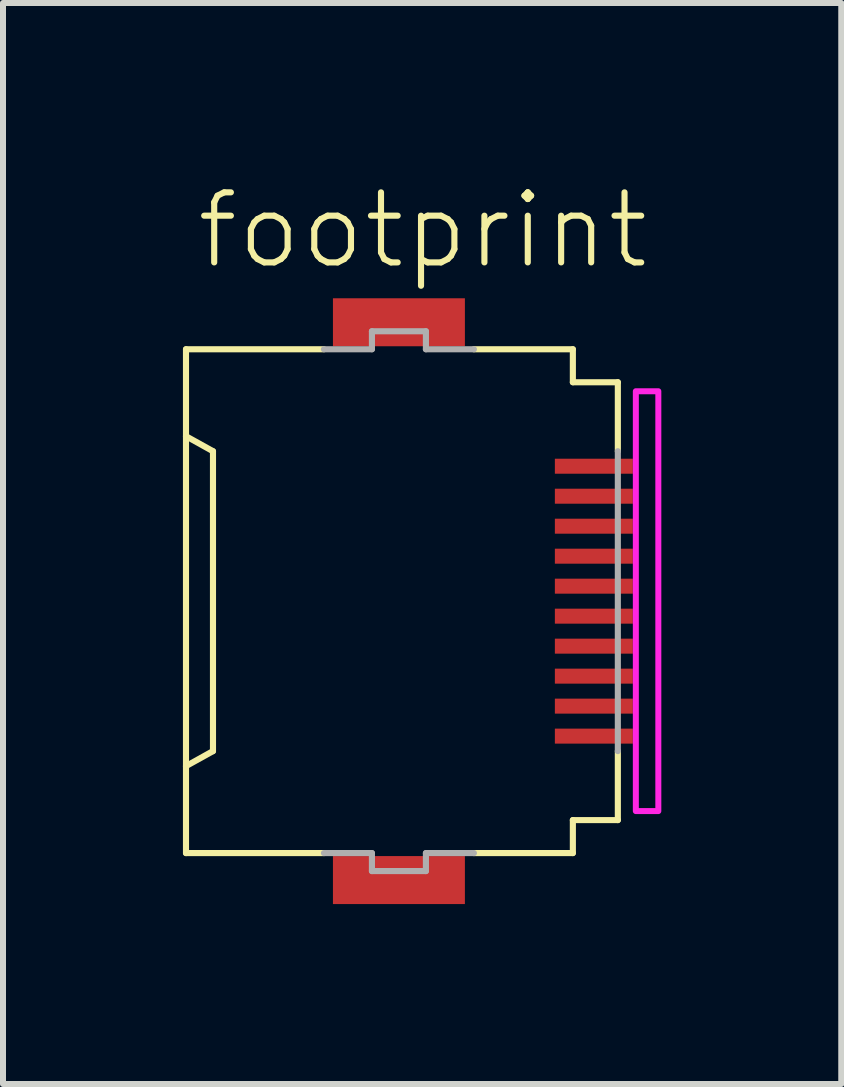
<source format=kicad_pcb>
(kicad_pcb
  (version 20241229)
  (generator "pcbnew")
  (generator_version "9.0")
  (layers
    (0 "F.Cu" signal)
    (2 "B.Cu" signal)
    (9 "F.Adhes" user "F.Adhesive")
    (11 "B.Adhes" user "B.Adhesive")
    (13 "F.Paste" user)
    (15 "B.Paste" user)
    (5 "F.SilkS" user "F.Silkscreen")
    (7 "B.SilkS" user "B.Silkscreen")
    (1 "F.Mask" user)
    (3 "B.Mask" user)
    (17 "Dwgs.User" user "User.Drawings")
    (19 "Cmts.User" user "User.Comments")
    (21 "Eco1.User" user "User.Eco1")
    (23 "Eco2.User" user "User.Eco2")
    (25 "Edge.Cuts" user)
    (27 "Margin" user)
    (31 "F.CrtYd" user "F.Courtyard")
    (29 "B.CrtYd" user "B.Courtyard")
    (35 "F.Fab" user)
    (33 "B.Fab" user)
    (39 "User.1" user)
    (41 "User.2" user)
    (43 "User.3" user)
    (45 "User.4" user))
  (footprint "footprint"
    (layer "F.Cu")
    (at 3.676 6.973)
    (property "Reference" "footprint" (at -3.5 -5.5 0) (layer "F.SilkS") (effects (font (size 1.168 1.168) (thickness 0.102)) (justify left bottom)))
    (fp_poly (pts (xy 2.475 -2.075) (xy 3.875 -2.075) (xy 3.875 -2.425) (xy 2.475 -2.425)) (stroke (width 0) (type solid)) (fill yes) (layer "F.Mask"))
    (fp_poly (pts (xy 2.475 -1.575) (xy 3.875 -1.575) (xy 3.875 -1.925) (xy 2.475 -1.925)) (stroke (width 0) (type solid)) (fill yes) (layer "F.Mask"))
    (fp_poly (pts (xy 2.475 -1.075) (xy 3.875 -1.075) (xy 3.875 -1.425) (xy 2.475 -1.425)) (stroke (width 0) (type solid)) (fill yes) (layer "F.Mask"))
    (fp_poly (pts (xy 2.475 -0.575) (xy 3.875 -0.575) (xy 3.875 -0.925) (xy 2.475 -0.925)) (stroke (width 0) (type solid)) (fill yes) (layer "F.Mask"))
    (fp_poly (pts (xy 2.475 -0.075) (xy 3.875 -0.075) (xy 3.875 -0.425) (xy 2.475 -0.425)) (stroke (width 0) (type solid)) (fill yes) (layer "F.Mask"))
    (fp_poly (pts (xy 2.475 0.425) (xy 3.875 0.425) (xy 3.875 0.075) (xy 2.475 0.075)) (stroke (width 0) (type solid)) (fill yes) (layer "F.Mask"))
    (fp_poly (pts (xy 2.475 0.925) (xy 3.875 0.925) (xy 3.875 0.575) (xy 2.475 0.575)) (stroke (width 0) (type solid)) (fill yes) (layer "F.Mask"))
    (fp_poly (pts (xy 2.475 1.425) (xy 3.875 1.425) (xy 3.875 1.075) (xy 2.475 1.075)) (stroke (width 0) (type solid)) (fill yes) (layer "F.Mask"))
    (fp_poly (pts (xy 2.475 1.925) (xy 3.875 1.925) (xy 3.875 1.575) (xy 2.475 1.575)) (stroke (width 0) (type solid)) (fill yes) (layer "F.Mask"))
    (fp_poly (pts (xy 2.475 2.425) (xy 3.875 2.425) (xy 3.875 2.075) (xy 2.475 2.075)) (stroke (width 0) (type solid)) (fill yes) (layer "F.Mask"))
    (fp_line (start -3.625 -4.2) (end -1.325 -4.2) (stroke (width 0.102) (type solid)) (layer "F.SilkS"))
    (fp_line (start -3.625 -2.75) (end -3.625 -4.2) (stroke (width 0.102) (type solid)) (layer "F.SilkS"))
    (fp_line (start -3.625 -2.75) (end -3.625 2.75) (stroke (width 0.102) (type solid)) (layer "F.SilkS"))
    (fp_line (start -3.625 2.75) (end -3.175 2.5) (stroke (width 0.102) (type solid)) (layer "F.SilkS"))
    (fp_line (start -3.625 4.2) (end -3.625 2.75) (stroke (width 0.102) (type solid)) (layer "F.SilkS"))
    (fp_line (start -3.175 -2.5) (end -3.625 -2.75) (stroke (width 0.102) (type solid)) (layer "F.SilkS"))
    (fp_line (start -3.175 2.5) (end -3.175 -2.5) (stroke (width 0.102) (type solid)) (layer "F.SilkS"))
    (fp_line (start -1.325 4.2) (end -3.625 4.2) (stroke (width 0.102) (type solid)) (layer "F.SilkS"))
    (fp_line (start 1.175 -4.2) (end 2.825 -4.2) (stroke (width 0.102) (type solid)) (layer "F.SilkS"))
    (fp_line (start 1.175 4.2) (end 2.825 4.2) (stroke (width 0.102) (type solid)) (layer "F.SilkS"))
    (fp_line (start 2.825 -4.2) (end 2.825 -3.65) (stroke (width 0.102) (type solid)) (layer "F.SilkS"))
    (fp_line (start 2.825 -3.65) (end 3.575 -3.65) (stroke (width 0.102) (type solid)) (layer "F.SilkS"))
    (fp_line (start 2.825 3.65) (end 2.825 4.2) (stroke (width 0.102) (type solid)) (layer "F.SilkS"))
    (fp_line (start 2.825 3.65) (end 3.575 3.65) (stroke (width 0.102) (type solid)) (layer "F.SilkS"))
    (fp_line (start 3.575 -3.65) (end 3.575 -2.5) (stroke (width 0.102) (type solid)) (layer "F.SilkS"))
    (fp_line (start 3.575 2.5) (end 3.575 3.65) (stroke (width 0.102) (type solid)) (layer "F.SilkS"))
    (fp_poly (pts (xy 3.875 3.5) (xy 4.25 3.5) (xy 4.25 -3.5) (xy 3.875 -3.5)) (stroke (width 0.1) (type solid)) (fill no) (layer "F.CrtYd"))
    (fp_line (start -1.325 -4.2) (end -0.525 -4.2) (stroke (width 0.102) (type solid)) (layer "F.Fab"))
    (fp_line (start -0.525 -4.5) (end 0.375 -4.5) (stroke (width 0.102) (type solid)) (layer "F.Fab"))
    (fp_line (start -0.525 -4.2) (end -0.525 -4.5) (stroke (width 0.102) (type solid)) (layer "F.Fab"))
    (fp_line (start -0.525 4.2) (end -1.325 4.2) (stroke (width 0.102) (type solid)) (layer "F.Fab"))
    (fp_line (start -0.525 4.5) (end -0.525 4.2) (stroke (width 0.102) (type solid)) (layer "F.Fab"))
    (fp_line (start 0.375 -4.5) (end 0.375 -4.2) (stroke (width 0.102) (type solid)) (layer "F.Fab"))
    (fp_line (start 0.375 -4.2) (end 1.175 -4.2) (stroke (width 0.102) (type solid)) (layer "F.Fab"))
    (fp_line (start 0.375 4.2) (end 0.375 4.5) (stroke (width 0.102) (type solid)) (layer "F.Fab"))
    (fp_line (start 0.375 4.5) (end -0.525 4.5) (stroke (width 0.102) (type solid)) (layer "F.Fab"))
    (fp_line (start 1.175 4.2) (end 0.375 4.2) (stroke (width 0.102) (type solid)) (layer "F.Fab"))
    (fp_line (start 3.575 -2.5) (end 3.575 2.5) (stroke (width 0.102) (type solid)) (layer "F.Fab"))
    (pad "1" smd rect (at 3.175 -2.25) (size 1.3 0.25) (layers "F.Cu" "F.Paste"))
    (pad "2" smd rect (at 3.175 -1.75) (size 1.3 0.25) (layers "F.Cu" "F.Paste"))
    (pad "3" smd rect (at 3.175 -1.25) (size 1.3 0.25) (layers "F.Cu" "F.Paste"))
    (pad "4" smd rect (at 3.175 -0.75) (size 1.3 0.25) (layers "F.Cu" "F.Paste"))
    (pad "5" smd rect (at 3.175 -0.25) (size 1.3 0.25) (layers "F.Cu" "F.Paste"))
    (pad "6" smd rect (at 3.175 0.25) (size 1.3 0.25) (layers "F.Cu" "F.Paste"))
    (pad "7" smd rect (at 3.175 0.75) (size 1.3 0.25) (layers "F.Cu" "F.Paste"))
    (pad "8" smd rect (at 3.175 1.25) (size 1.3 0.25) (layers "F.Cu" "F.Paste"))
    (pad "9" smd rect (at 3.175 1.75) (size 1.3 0.25) (layers "F.Cu" "F.Paste"))
    (pad "10" smd rect (at 3.175 2.25) (size 1.3 0.25) (layers "F.Cu" "F.Paste"))
    (pad "M1" smd rect (at -0.075 -4.65) (size 2.2 0.8) (layers "F.Cu" "F.Mask" "F.Paste"))
    (pad "M2" smd rect (at -0.075 4.65) (size 2.2 0.8) (layers "F.Cu" "F.Mask" "F.Paste"))
    (zone (net_name "") (layers "F.Cu" "B.Cu") (hatch edge 0.508) (connect_pads) (min_thickness 0.254) (filled_areas_thickness no) (keepout (tracks allowed) (vias not_allowed) (pads allowed) (copperpour allowed) (footprints allowed)) (placement (enabled no)) (fill) (polygon (pts (xy 3.901 9.473) (xy 6.151 9.473) (xy 6.151 4.473) (xy 3.901 4.473)))))
  (gr_rect
    (start -3 -3)
    (end 10.976 15.023)
    (stroke (width 0.1) (type default))
    (fill no)
    (layer "Edge.Cuts")))
</source>
